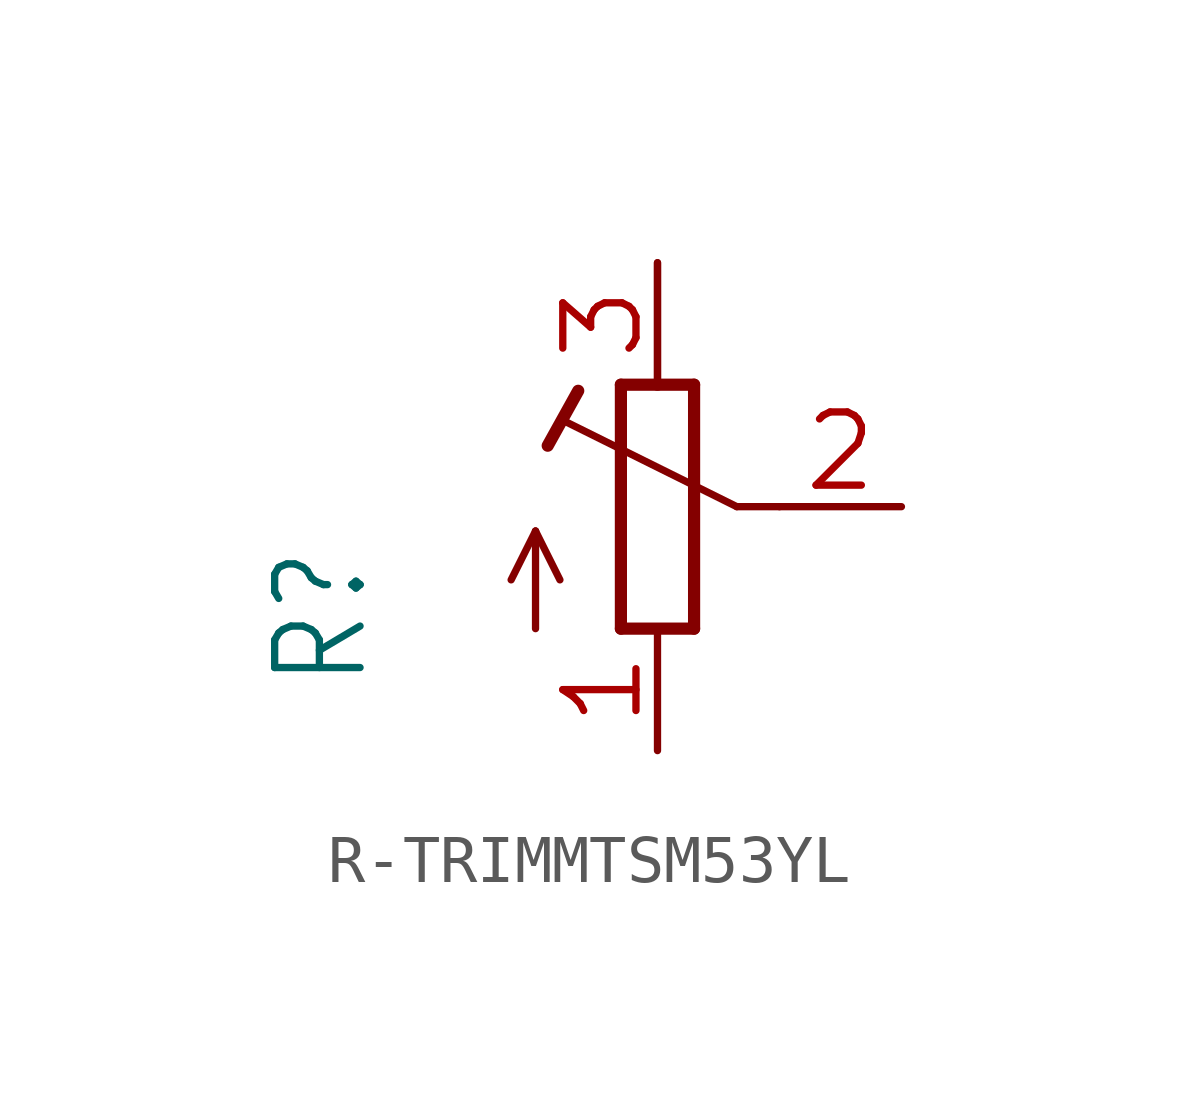
<source format=kicad_sym>
(kicad_symbol_lib
  (version 20241209)
  (generator "kicad_symbol_editor")
  (generator_version "9.0")
  (symbol "R-TRIMMTSM53YL"
    (property "Reference" "R"
      (at -5.969 -3.81 90)
      (effects (font (size 1.778 1.511)) (justify left bottom)))
    (property "Value" ""
      (at -3.81 -3.81 90)
      (effects (font (size 1.778 1.511)) (justify left bottom)))
    (property "ki_locked" ""
      (at 0 0 0)
      (effects (font (size 1.27 1.27))))
    (symbol "R-TRIMMTSM53YL_1_0"
      (polyline (pts (xy -2.54 -0.508) (xy -3.048 -1.524)) (stroke (width 0.152) (type solid)) (fill (type none)))
      (polyline (pts (xy -2.54 -0.508) (xy -2.032 -1.524)) (stroke (width 0.152) (type solid)) (fill (type none)))
      (polyline (pts (xy -2.54 -2.54) (xy -2.54 -0.508)) (stroke (width 0.152) (type solid)) (fill (type none)))
      (polyline (pts (xy -2.286 1.27) (xy -1.651 2.413)) (stroke (width 0.254) (type solid)) (fill (type none)))
      (polyline (pts (xy -0.762 2.54) (xy -0.762 -2.54)) (stroke (width 0.254) (type solid)) (fill (type none)))
      (polyline (pts (xy -0.762 -2.54) (xy 0.762 -2.54)) (stroke (width 0.254) (type solid)) (fill (type none)))
      (polyline (pts (xy 0 2.54) (xy -0.762 2.54)) (stroke (width 0.254) (type solid)) (fill (type none)))
      (polyline (pts (xy 0 2.54) (xy 0 5.08)) (stroke (width 0.152) (type solid)) (fill (type none)))
      (polyline (pts (xy 0.762 2.54) (xy 0 2.54)) (stroke (width 0.254) (type solid)) (fill (type none)))
      (polyline (pts (xy 0.762 -2.54) (xy 0.762 2.54)) (stroke (width 0.254) (type solid)) (fill (type none)))
      (polyline (pts (xy 1.651 0) (xy -1.88 1.753)) (stroke (width 0.152) (type solid)) (fill (type none)))
      (polyline (pts (xy 2.54 0) (xy 1.651 0)) (stroke (width 0.152) (type solid)) (fill (type none)))
      (pin passive line (at 0 5.08 270) (length 2.54) (name "E" (effects (font (size 0 0)))) (number "3" (effects (font (size 1.524 1.524)))))
      (pin passive line (at 0 -5.08 90) (length 2.54) (name "A" (effects (font (size 0 0)))) (number "1" (effects (font (size 1.524 1.524)))))
      (pin passive line (at 5.08 0 180) (length 2.54) (name "S" (effects (font (size 0 0)))) (number "2" (effects (font (size 1.524 1.524))))))))
</source>
